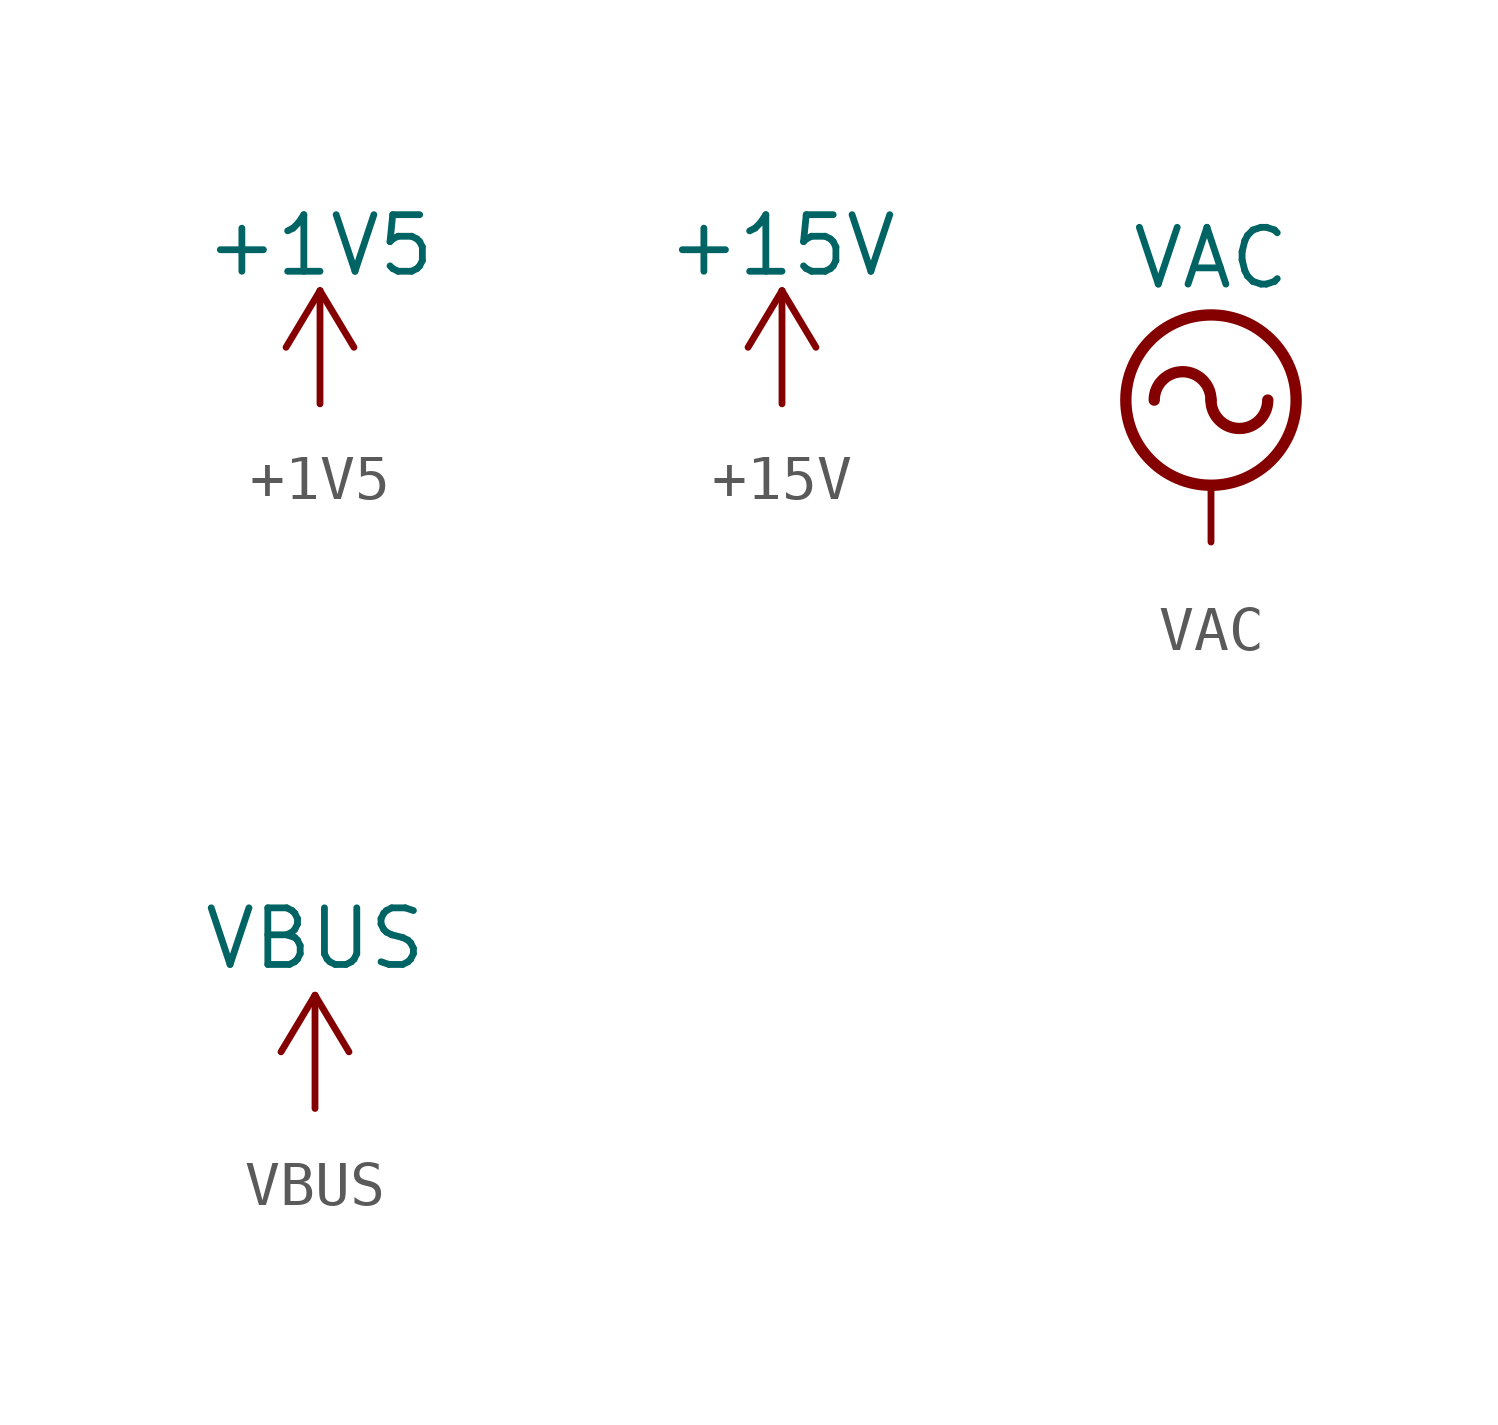
<source format=kicad_sym>
(kicad_symbol_lib
  (version 20211014)
  (generator kicad_symbol_editor)
  (symbol "power1:+1V5"
    (power)
    (pin_names
      (offset 0))
    (property "Reference" "#PWR"
      (at 0 -3.81 0)
      (effects (font (size 1.27 1.27)) hide))
    (property "Value" "+1V5"
      (at 0 3.556 0)
      (effects (font (size 1.27 1.27))))
    (symbol "+1V5_0_1"
      (polyline (pts (xy -0.762 1.27) (xy 0 2.54)) (stroke (width 0) (type default) (color 0 0 0 0)) (fill (type none)))
      (polyline (pts (xy 0 0) (xy 0 2.54)) (stroke (width 0) (type default) (color 0 0 0 0)) (fill (type none)))
      (polyline (pts (xy 0 2.54) (xy 0.762 1.27)) (stroke (width 0) (type default) (color 0 0 0 0)) (fill (type none))))
    (symbol "+1V5_1_1"
      (pin power_in line (at 0 0 90) (length 0) hide (name "+1V5" (effects (font (size 1.27 1.27)))) (number "1" (effects (font (size 1.27 1.27)))))))
  (symbol "power1:+15V"
    (power)
    (pin_names
      (offset 0))
    (property "Reference" "#PWR"
      (at 0 -3.81 0)
      (effects (font (size 1.27 1.27)) hide))
    (property "Value" "+15V"
      (at 0 3.556 0)
      (effects (font (size 1.27 1.27))))
    (symbol "+15V_0_1"
      (polyline (pts (xy -0.762 1.27) (xy 0 2.54)) (stroke (width 0) (type default) (color 0 0 0 0)) (fill (type none)))
      (polyline (pts (xy 0 0) (xy 0 2.54)) (stroke (width 0) (type default) (color 0 0 0 0)) (fill (type none)))
      (polyline (pts (xy 0 2.54) (xy 0.762 1.27)) (stroke (width 0) (type default) (color 0 0 0 0)) (fill (type none))))
    (symbol "+15V_1_1"
      (pin power_in line (at 0 0 90) (length 0) hide (name "+15V" (effects (font (size 1.27 1.27)))) (number "1" (effects (font (size 1.27 1.27)))))))
  (symbol "power1:VAC"
    (power)
    (pin_names
      (offset 0))
    (property "Reference" "#PWR"
      (at 0 -2.54 0)
      (effects (font (size 1.27 1.27)) hide))
    (property "Value" "VAC"
      (at 0 6.35 0)
      (effects (font (size 1.27 1.27))))
    (symbol "VAC_0_1"
      (polyline (pts (xy 0 0) (xy 0 1.27)) (stroke (width 0) (type default) (color 0 0 0 0)) (fill (type none)))
      (arc (start 0 3.175) (mid -0.635 3.81) (end -1.27 3.175) (stroke (width 0.254) (type default) (color 0 0 0 0)) (fill (type none)))
      (arc (start 0 3.175) (mid 0.635 2.54) (end 1.27 3.175) (stroke (width 0.254) (type default) (color 0 0 0 0)) (fill (type none)))
      (circle (center 0 3.175) (radius 1.905) (stroke (width 0.254) (type default) (color 0 0 0 0)) (fill (type none))))
    (symbol "VAC_1_1"
      (pin power_in line (at 0 0 90) (length 0) hide (name "VAC" (effects (font (size 1.27 1.27)))) (number "1" (effects (font (size 1.27 1.27)))))))
  (symbol "power1:VBUS"
    (power)
    (pin_names
      (offset 0))
    (property "Reference" "#PWR"
      (at 0 -3.81 0)
      (effects (font (size 1.27 1.27)) hide))
    (property "Value" "VBUS"
      (at 0 3.81 0)
      (effects (font (size 1.27 1.27))))
    (symbol "VBUS_0_1"
      (polyline (pts (xy -0.762 1.27) (xy 0 2.54)) (stroke (width 0) (type default) (color 0 0 0 0)) (fill (type none)))
      (polyline (pts (xy 0 0) (xy 0 2.54)) (stroke (width 0) (type default) (color 0 0 0 0)) (fill (type none)))
      (polyline (pts (xy 0 2.54) (xy 0.762 1.27)) (stroke (width 0) (type default) (color 0 0 0 0)) (fill (type none))))
    (symbol "VBUS_1_1"
      (pin power_in line (at 0 0 90) (length 0) hide (name "VBUS" (effects (font (size 1.27 1.27)))) (number "1" (effects (font (size 1.27 1.27))))))))
</source>
